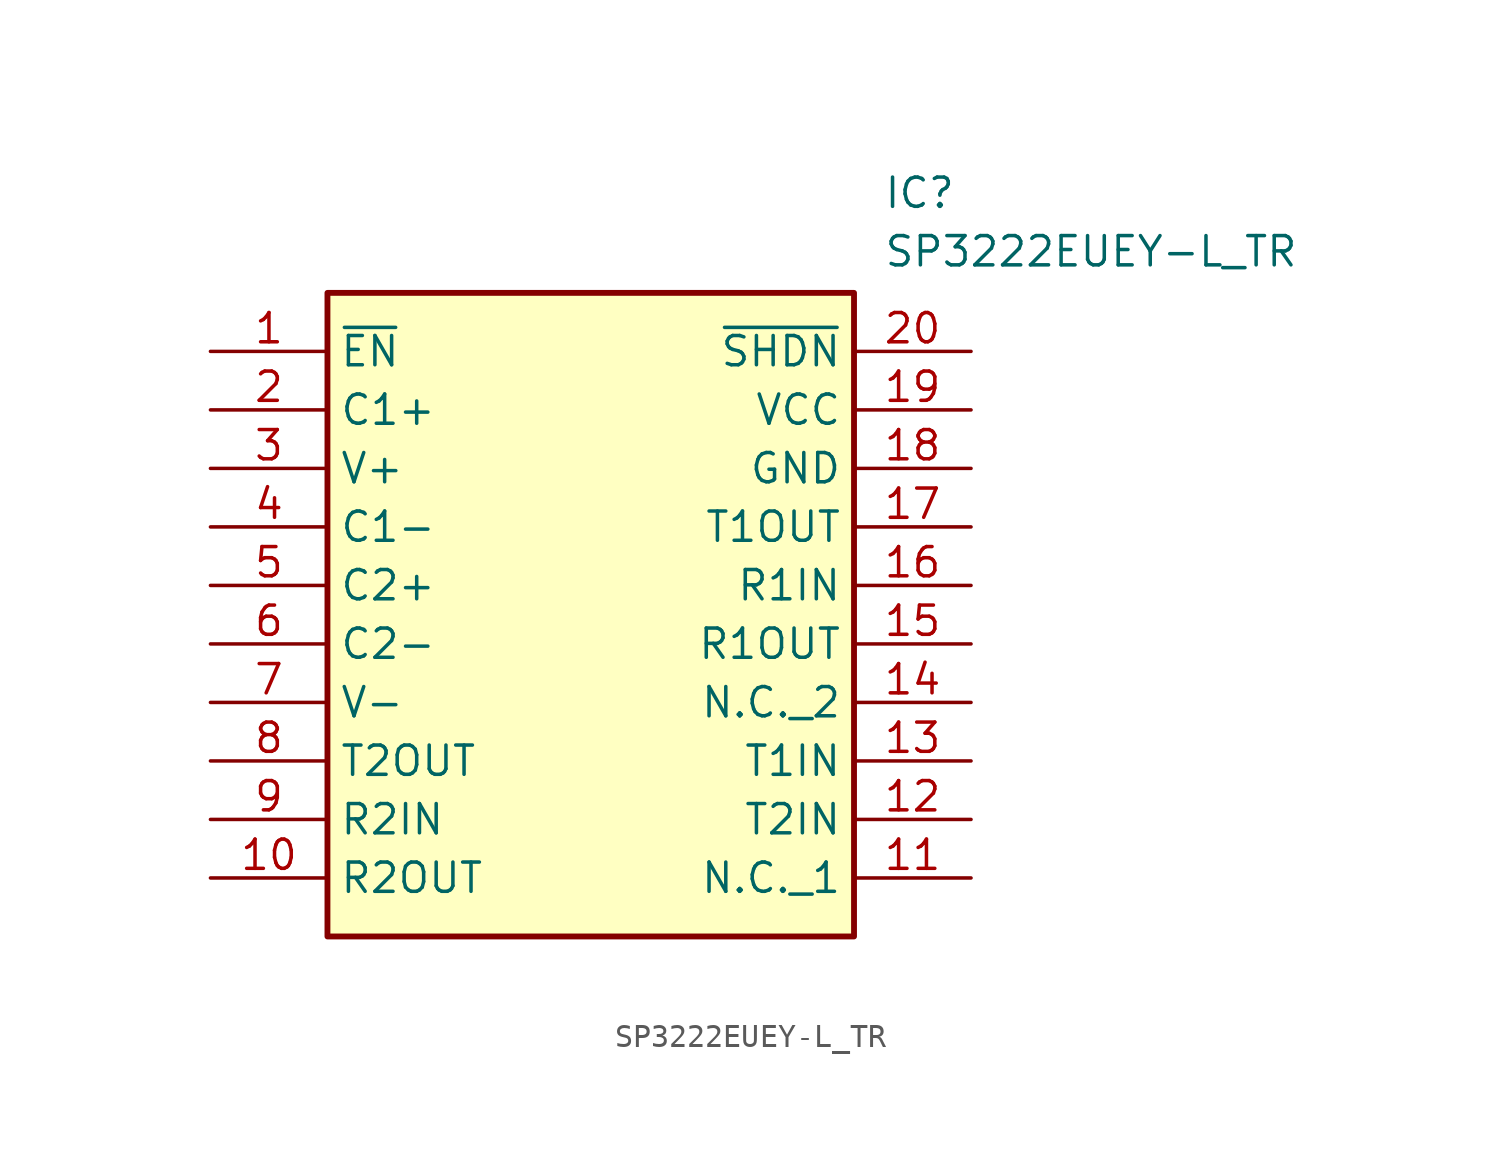
<source format=kicad_sym>
(kicad_symbol_lib
  (version 20211014)
  (generator SamacSys_ECAD_Model)
  (symbol "SP3222EUEY-L_TR"
    (property "Reference" "IC"
      (at 29.21 7.62 0)
      (effects (font (size 1.27 1.27)) (justify left top)))
    (property "Value" "SP3222EUEY-L_TR"
      (at 29.21 5.08 0)
      (effects (font (size 1.27 1.27)) (justify left top)))
    (rectangle
      (start 5.08 2.54)
      (end 27.94 -25.4)
      (stroke (width 0.254) (type default))
      (fill (type background)))
    (pin passive line
      (at 0 0 0)
      (length 5.08)
      (name "~{EN}" (effects (font (size 1.27 1.27))))
      (number "1" (effects (font (size 1.27 1.27)))))
    (pin passive line
      (at 0 -2.54 0)
      (length 5.08)
      (name "C1+" (effects (font (size 1.27 1.27))))
      (number "2" (effects (font (size 1.27 1.27)))))
    (pin passive line
      (at 0 -5.08 0)
      (length 5.08)
      (name "V+" (effects (font (size 1.27 1.27))))
      (number "3" (effects (font (size 1.27 1.27)))))
    (pin passive line
      (at 0 -7.62 0)
      (length 5.08)
      (name "C1-" (effects (font (size 1.27 1.27))))
      (number "4" (effects (font (size 1.27 1.27)))))
    (pin passive line
      (at 0 -10.16 0)
      (length 5.08)
      (name "C2+" (effects (font (size 1.27 1.27))))
      (number "5" (effects (font (size 1.27 1.27)))))
    (pin passive line
      (at 0 -12.7 0)
      (length 5.08)
      (name "C2-" (effects (font (size 1.27 1.27))))
      (number "6" (effects (font (size 1.27 1.27)))))
    (pin passive line
      (at 0 -15.24 0)
      (length 5.08)
      (name "V-" (effects (font (size 1.27 1.27))))
      (number "7" (effects (font (size 1.27 1.27)))))
    (pin passive line
      (at 0 -17.78 0)
      (length 5.08)
      (name "T2OUT" (effects (font (size 1.27 1.27))))
      (number "8" (effects (font (size 1.27 1.27)))))
    (pin passive line
      (at 0 -20.32 0)
      (length 5.08)
      (name "R2IN" (effects (font (size 1.27 1.27))))
      (number "9" (effects (font (size 1.27 1.27)))))
    (pin passive line
      (at 0 -22.86 0)
      (length 5.08)
      (name "R2OUT" (effects (font (size 1.27 1.27))))
      (number "10" (effects (font (size 1.27 1.27)))))
    (pin passive line
      (at 33.02 -22.86 180)
      (length 5.08)
      (name "N.C._1" (effects (font (size 1.27 1.27))))
      (number "11" (effects (font (size 1.27 1.27)))))
    (pin passive line
      (at 33.02 -20.32 180)
      (length 5.08)
      (name "T2IN" (effects (font (size 1.27 1.27))))
      (number "12" (effects (font (size 1.27 1.27)))))
    (pin passive line
      (at 33.02 -17.78 180)
      (length 5.08)
      (name "T1IN" (effects (font (size 1.27 1.27))))
      (number "13" (effects (font (size 1.27 1.27)))))
    (pin passive line
      (at 33.02 -15.24 180)
      (length 5.08)
      (name "N.C._2" (effects (font (size 1.27 1.27))))
      (number "14" (effects (font (size 1.27 1.27)))))
    (pin passive line
      (at 33.02 -12.7 180)
      (length 5.08)
      (name "R1OUT" (effects (font (size 1.27 1.27))))
      (number "15" (effects (font (size 1.27 1.27)))))
    (pin passive line
      (at 33.02 -10.16 180)
      (length 5.08)
      (name "R1IN" (effects (font (size 1.27 1.27))))
      (number "16" (effects (font (size 1.27 1.27)))))
    (pin passive line
      (at 33.02 -7.62 180)
      (length 5.08)
      (name "T1OUT" (effects (font (size 1.27 1.27))))
      (number "17" (effects (font (size 1.27 1.27)))))
    (pin passive line
      (at 33.02 -5.08 180)
      (length 5.08)
      (name "GND" (effects (font (size 1.27 1.27))))
      (number "18" (effects (font (size 1.27 1.27)))))
    (pin passive line
      (at 33.02 -2.54 180)
      (length 5.08)
      (name "VCC" (effects (font (size 1.27 1.27))))
      (number "19" (effects (font (size 1.27 1.27)))))
    (pin passive line
      (at 33.02 0 180)
      (length 5.08)
      (name "~{SHDN}" (effects (font (size 1.27 1.27))))
      (number "20" (effects (font (size 1.27 1.27)))))))
</source>
